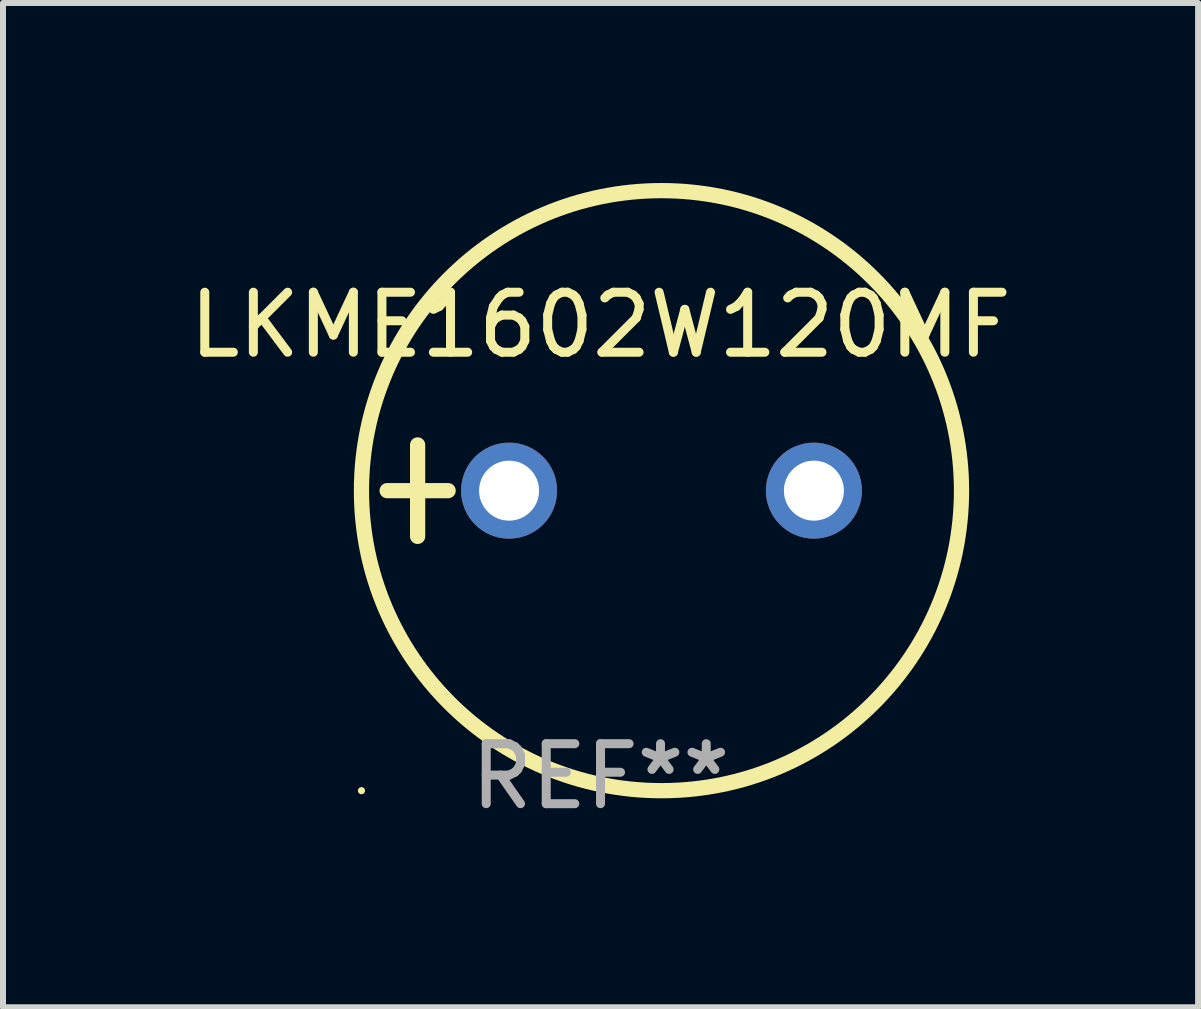
<source format=kicad_pcb>
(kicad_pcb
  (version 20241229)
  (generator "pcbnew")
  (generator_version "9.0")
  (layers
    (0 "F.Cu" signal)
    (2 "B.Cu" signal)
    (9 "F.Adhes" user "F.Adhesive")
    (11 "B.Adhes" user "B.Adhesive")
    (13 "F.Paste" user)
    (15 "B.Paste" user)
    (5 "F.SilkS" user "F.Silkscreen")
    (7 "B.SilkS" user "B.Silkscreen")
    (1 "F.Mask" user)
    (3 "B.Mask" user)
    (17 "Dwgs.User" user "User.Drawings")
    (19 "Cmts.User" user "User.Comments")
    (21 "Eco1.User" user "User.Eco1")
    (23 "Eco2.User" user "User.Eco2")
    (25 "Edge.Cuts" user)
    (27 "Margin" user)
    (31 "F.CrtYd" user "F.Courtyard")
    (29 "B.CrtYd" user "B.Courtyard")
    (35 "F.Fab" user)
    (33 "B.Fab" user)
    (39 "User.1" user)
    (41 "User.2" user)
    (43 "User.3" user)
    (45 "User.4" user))
  (footprint "LKME1602W120MF"
    (layer "F.Cu")
    (at 6.958 5.127)
    (property "Reference" "LKME1602W120MF" (at 0 -2.762 0) (layer "F.SilkS") (effects (font (size 1 1) (thickness 0.15))))
    (attr through_hole)
    (fp_line (start -3.556 0) (end -2.54 0) (stroke (width 0.254) (type solid)) (layer "F.SilkS"))
    (fp_line (start -3.048 -0.762) (end -3.048 0.762) (stroke (width 0.254) (type solid)) (layer "F.SilkS"))
    (fp_circle (center -3.984 5) (end -3.954 5) (stroke (width 0.06) (type solid)) (fill no) (layer "F.SilkS"))
    (fp_circle (center 1.016 0) (end 6.016 0) (stroke (width 0.254) (type solid)) (fill no) (layer "F.SilkS"))
    (fp_text user "REF**" (at 0 4.762 0) (layer "F.Fab") (effects (font (size 1 1) (thickness 0.15))))
    (pad "1" thru_hole circle (at -1.524 0) (size 1.6 1.6) (drill 1) (layers "*.Cu" "*.Mask"))
    (pad "2" thru_hole circle (at 3.556 0) (size 1.6 1.6) (drill 1) (layers "*.Cu" "*.Mask")))
  (gr_rect
    (start -3 -3)
    (end 16.917 13.737)
    (stroke (width 0.1) (type default))
    (fill no)
    (layer "Edge.Cuts")))
</source>
